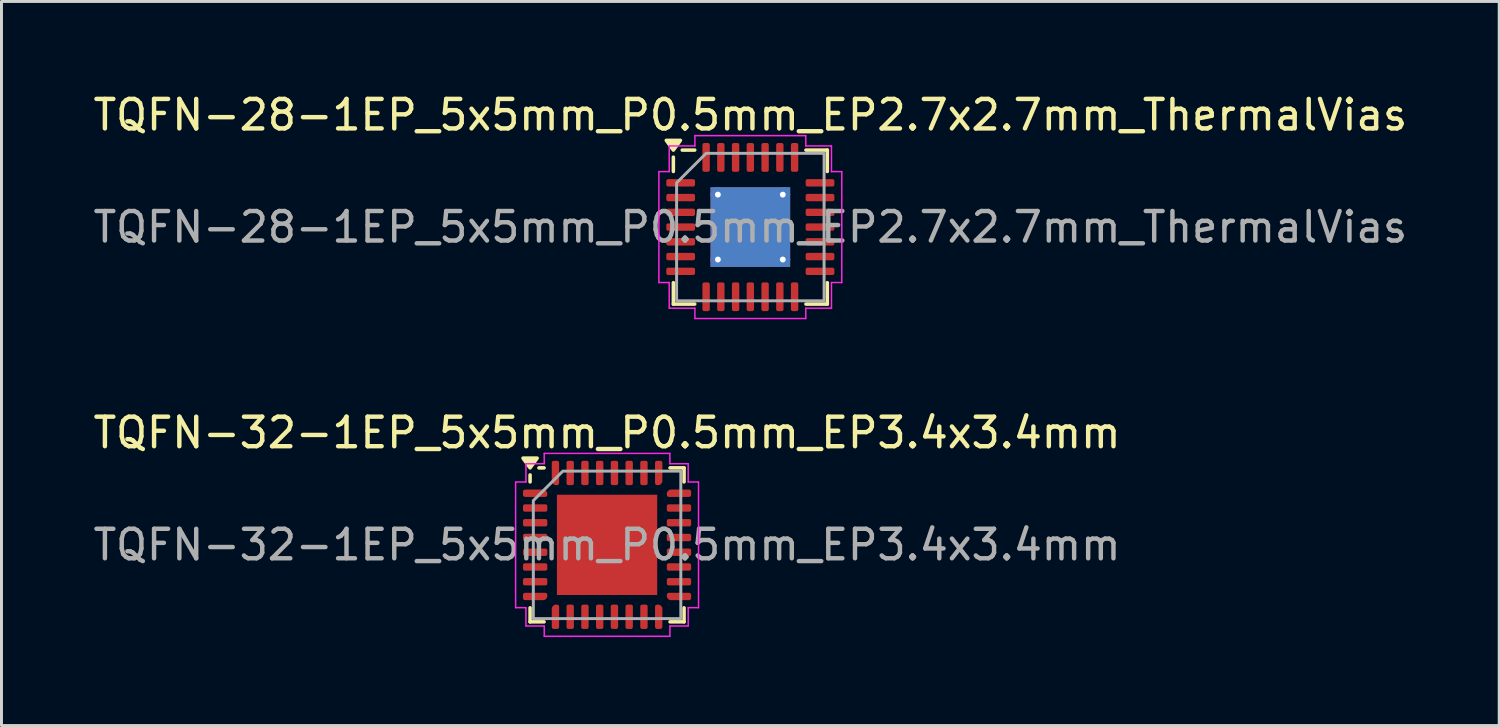
<source format=kicad_pcb>
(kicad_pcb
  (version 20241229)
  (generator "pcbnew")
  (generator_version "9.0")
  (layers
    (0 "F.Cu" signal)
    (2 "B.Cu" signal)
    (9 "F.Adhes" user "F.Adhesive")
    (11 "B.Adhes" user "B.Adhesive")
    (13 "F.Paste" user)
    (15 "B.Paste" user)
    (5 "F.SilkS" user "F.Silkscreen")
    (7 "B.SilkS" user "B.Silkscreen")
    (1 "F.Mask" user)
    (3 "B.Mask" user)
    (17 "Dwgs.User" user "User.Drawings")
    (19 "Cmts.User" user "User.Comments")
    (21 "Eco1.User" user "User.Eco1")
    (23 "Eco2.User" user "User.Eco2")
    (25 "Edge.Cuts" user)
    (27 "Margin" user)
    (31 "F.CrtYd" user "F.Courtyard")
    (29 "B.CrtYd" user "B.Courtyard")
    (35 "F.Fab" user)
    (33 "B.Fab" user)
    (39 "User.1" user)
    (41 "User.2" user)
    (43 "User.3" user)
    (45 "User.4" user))
  (footprint "TQFN-32-1EP_5x5mm_P0.5mm_EP3.4x3.4mm"
    (layer "F.Cu")
    (at 17.53 15.421)
    (property "Reference" "TQFN-32-1EP_5x5mm_P0.5mm_EP3.4x3.4mm" (at 0 -3.8 0) (layer "F.SilkS") (effects (font (size 1 1) (thickness 0.15))))
    (attr smd)
    (fp_line (start -2.61 -2.135) (end -2.61 -2.37) (stroke (width 0.12) (type solid)) (layer "F.SilkS"))
    (fp_line (start -2.61 2.61) (end -2.61 2.135) (stroke (width 0.12) (type solid)) (layer "F.SilkS"))
    (fp_line (start -2.135 -2.61) (end -2.31 -2.61) (stroke (width 0.12) (type solid)) (layer "F.SilkS"))
    (fp_line (start -2.135 2.61) (end -2.61 2.61) (stroke (width 0.12) (type solid)) (layer "F.SilkS"))
    (fp_line (start 2.135 -2.61) (end 2.61 -2.61) (stroke (width 0.12) (type solid)) (layer "F.SilkS"))
    (fp_line (start 2.135 2.61) (end 2.61 2.61) (stroke (width 0.12) (type solid)) (layer "F.SilkS"))
    (fp_line (start 2.61 -2.61) (end 2.61 -2.135) (stroke (width 0.12) (type solid)) (layer "F.SilkS"))
    (fp_line (start 2.61 2.61) (end 2.61 2.135) (stroke (width 0.12) (type solid)) (layer "F.SilkS"))
    (fp_poly (pts (xy -2.61 -2.61) (xy -2.85 -2.94) (xy -2.37 -2.94)) (stroke (width 0.12) (type solid)) (fill yes) (layer "F.SilkS"))
    (fp_line (start -3.1 -2.13) (end -2.75 -2.13) (stroke (width 0.05) (type solid)) (layer "F.CrtYd"))
    (fp_line (start -3.1 2.13) (end -3.1 -2.13) (stroke (width 0.05) (type solid)) (layer "F.CrtYd"))
    (fp_line (start -2.75 -2.75) (end -2.13 -2.75) (stroke (width 0.05) (type solid)) (layer "F.CrtYd"))
    (fp_line (start -2.75 -2.13) (end -2.75 -2.75) (stroke (width 0.05) (type solid)) (layer "F.CrtYd"))
    (fp_line (start -2.75 2.13) (end -3.1 2.13) (stroke (width 0.05) (type solid)) (layer "F.CrtYd"))
    (fp_line (start -2.75 2.75) (end -2.75 2.13) (stroke (width 0.05) (type solid)) (layer "F.CrtYd"))
    (fp_line (start -2.13 -3.1) (end 2.13 -3.1) (stroke (width 0.05) (type solid)) (layer "F.CrtYd"))
    (fp_line (start -2.13 -2.75) (end -2.13 -3.1) (stroke (width 0.05) (type solid)) (layer "F.CrtYd"))
    (fp_line (start -2.13 2.75) (end -2.75 2.75) (stroke (width 0.05) (type solid)) (layer "F.CrtYd"))
    (fp_line (start -2.13 3.1) (end -2.13 2.75) (stroke (width 0.05) (type solid)) (layer "F.CrtYd"))
    (fp_line (start 2.13 -3.1) (end 2.13 -2.75) (stroke (width 0.05) (type solid)) (layer "F.CrtYd"))
    (fp_line (start 2.13 -2.75) (end 2.75 -2.75) (stroke (width 0.05) (type solid)) (layer "F.CrtYd"))
    (fp_line (start 2.13 2.75) (end 2.13 3.1) (stroke (width 0.05) (type solid)) (layer "F.CrtYd"))
    (fp_line (start 2.13 3.1) (end -2.13 3.1) (stroke (width 0.05) (type solid)) (layer "F.CrtYd"))
    (fp_line (start 2.75 -2.75) (end 2.75 -2.13) (stroke (width 0.05) (type solid)) (layer "F.CrtYd"))
    (fp_line (start 2.75 -2.13) (end 3.1 -2.13) (stroke (width 0.05) (type solid)) (layer "F.CrtYd"))
    (fp_line (start 2.75 2.13) (end 2.75 2.75) (stroke (width 0.05) (type solid)) (layer "F.CrtYd"))
    (fp_line (start 2.75 2.75) (end 2.13 2.75) (stroke (width 0.05) (type solid)) (layer "F.CrtYd"))
    (fp_line (start 3.1 -2.13) (end 3.1 2.13) (stroke (width 0.05) (type solid)) (layer "F.CrtYd"))
    (fp_line (start 3.1 2.13) (end 2.75 2.13) (stroke (width 0.05) (type solid)) (layer "F.CrtYd"))
    (fp_poly (pts (xy -2.5 -1.5) (xy -2.5 2.5) (xy 2.5 2.5) (xy 2.5 -2.5) (xy -1.5 -2.5)) (stroke (width 0.1) (type solid)) (fill no) (layer "F.Fab"))
    (fp_text user "${REFERENCE}" (at 0 0 0) (layer "F.Fab") (effects (font (size 1 1) (thickness 0.15))))
    (pad "" smd roundrect (at -0.85 -0.85) (size 1.37 1.37) (layers "F.Paste") (roundrect_rratio 0.182))
    (pad "" smd roundrect (at -0.85 0.85) (size 1.37 1.37) (layers "F.Paste") (roundrect_rratio 0.182))
    (pad "" smd roundrect (at 0.85 -0.85) (size 1.37 1.37) (layers "F.Paste") (roundrect_rratio 0.182))
    (pad "" smd roundrect (at 0.85 0.85) (size 1.37 1.37) (layers "F.Paste") (roundrect_rratio 0.182))
    (pad "1" smd custom (at -2.438 -1.75) (size 0.186 0.186) (layers "F.Cu" "F.Mask" "F.Paste") (options (anchor circle)) (primitives (gr_poly (pts (xy -0.35 -0.062) (xy 0.297 -0.062) (xy 0.35 -0.009) (xy 0.35 0.062) (xy -0.35 0.062)) (width 0.125) (fill yes))))
    (pad "2" smd roundrect (at -2.438 -1.25) (size 0.825 0.25) (layers "F.Cu" "F.Mask" "F.Paste") (roundrect_rratio 0.25))
    (pad "3" smd roundrect (at -2.438 -0.75) (size 0.825 0.25) (layers "F.Cu" "F.Mask" "F.Paste") (roundrect_rratio 0.25))
    (pad "4" smd roundrect (at -2.438 -0.25) (size 0.825 0.25) (layers "F.Cu" "F.Mask" "F.Paste") (roundrect_rratio 0.25))
    (pad "5" smd roundrect (at -2.438 0.25) (size 0.825 0.25) (layers "F.Cu" "F.Mask" "F.Paste") (roundrect_rratio 0.25))
    (pad "6" smd roundrect (at -2.438 0.75) (size 0.825 0.25) (layers "F.Cu" "F.Mask" "F.Paste") (roundrect_rratio 0.25))
    (pad "7" smd roundrect (at -2.438 1.25) (size 0.825 0.25) (layers "F.Cu" "F.Mask" "F.Paste") (roundrect_rratio 0.25))
    (pad "8" smd custom (at -2.438 1.75) (size 0.186 0.186) (layers "F.Cu" "F.Mask" "F.Paste") (options (anchor circle)) (primitives (gr_poly (pts (xy -0.35 -0.062) (xy 0.35 -0.062) (xy 0.35 0.009) (xy 0.297 0.062) (xy -0.35 0.062)) (width 0.125) (fill yes))))
    (pad "9" smd custom (at -1.75 2.438) (size 0.186 0.186) (layers "F.Cu" "F.Mask" "F.Paste") (options (anchor circle)) (primitives (gr_poly (pts (xy -0.062 -0.297) (xy -0.009 -0.35) (xy 0.062 -0.35) (xy 0.062 0.35) (xy -0.062 0.35)) (width 0.125) (fill yes))))
    (pad "10" smd roundrect (at -1.25 2.438) (size 0.25 0.825) (layers "F.Cu" "F.Mask" "F.Paste") (roundrect_rratio 0.25))
    (pad "11" smd roundrect (at -0.75 2.438) (size 0.25 0.825) (layers "F.Cu" "F.Mask" "F.Paste") (roundrect_rratio 0.25))
    (pad "12" smd roundrect (at -0.25 2.438) (size 0.25 0.825) (layers "F.Cu" "F.Mask" "F.Paste") (roundrect_rratio 0.25))
    (pad "13" smd roundrect (at 0.25 2.438) (size 0.25 0.825) (layers "F.Cu" "F.Mask" "F.Paste") (roundrect_rratio 0.25))
    (pad "14" smd roundrect (at 0.75 2.438) (size 0.25 0.825) (layers "F.Cu" "F.Mask" "F.Paste") (roundrect_rratio 0.25))
    (pad "15" smd roundrect (at 1.25 2.438) (size 0.25 0.825) (layers "F.Cu" "F.Mask" "F.Paste") (roundrect_rratio 0.25))
    (pad "16" smd custom (at 1.75 2.438) (size 0.186 0.186) (layers "F.Cu" "F.Mask" "F.Paste") (options (anchor circle)) (primitives (gr_poly (pts (xy -0.062 -0.35) (xy 0.009 -0.35) (xy 0.062 -0.297) (xy 0.062 0.35) (xy -0.062 0.35)) (width 0.125) (fill yes))))
    (pad "17" smd custom (at 2.438 1.75) (size 0.186 0.186) (layers "F.Cu" "F.Mask" "F.Paste") (options (anchor circle)) (primitives (gr_poly (pts (xy -0.35 -0.062) (xy 0.35 -0.062) (xy 0.35 0.062) (xy -0.297 0.062) (xy -0.35 0.009)) (width 0.125) (fill yes))))
    (pad "18" smd roundrect (at 2.438 1.25) (size 0.825 0.25) (layers "F.Cu" "F.Mask" "F.Paste") (roundrect_rratio 0.25))
    (pad "19" smd roundrect (at 2.438 0.75) (size 0.825 0.25) (layers "F.Cu" "F.Mask" "F.Paste") (roundrect_rratio 0.25))
    (pad "20" smd roundrect (at 2.438 0.25) (size 0.825 0.25) (layers "F.Cu" "F.Mask" "F.Paste") (roundrect_rratio 0.25))
    (pad "21" smd roundrect (at 2.438 -0.25) (size 0.825 0.25) (layers "F.Cu" "F.Mask" "F.Paste") (roundrect_rratio 0.25))
    (pad "22" smd roundrect (at 2.438 -0.75) (size 0.825 0.25) (layers "F.Cu" "F.Mask" "F.Paste") (roundrect_rratio 0.25))
    (pad "23" smd roundrect (at 2.438 -1.25) (size 0.825 0.25) (layers "F.Cu" "F.Mask" "F.Paste") (roundrect_rratio 0.25))
    (pad "24" smd custom (at 2.438 -1.75) (size 0.186 0.186) (layers "F.Cu" "F.Mask" "F.Paste") (options (anchor circle)) (primitives (gr_poly (pts (xy -0.35 -0.009) (xy -0.297 -0.062) (xy 0.35 -0.062) (xy 0.35 0.062) (xy -0.35 0.062)) (width 0.125) (fill yes))))
    (pad "25" smd custom (at 1.75 -2.438) (size 0.186 0.186) (layers "F.Cu" "F.Mask" "F.Paste") (options (anchor circle)) (primitives (gr_poly (pts (xy -0.062 -0.35) (xy 0.062 -0.35) (xy 0.062 0.297) (xy 0.009 0.35) (xy -0.062 0.35)) (width 0.125) (fill yes))))
    (pad "26" smd roundrect (at 1.25 -2.438) (size 0.25 0.825) (layers "F.Cu" "F.Mask" "F.Paste") (roundrect_rratio 0.25))
    (pad "27" smd roundrect (at 0.75 -2.438) (size 0.25 0.825) (layers "F.Cu" "F.Mask" "F.Paste") (roundrect_rratio 0.25))
    (pad "28" smd roundrect (at 0.25 -2.438) (size 0.25 0.825) (layers "F.Cu" "F.Mask" "F.Paste") (roundrect_rratio 0.25))
    (pad "29" smd roundrect (at -0.25 -2.438) (size 0.25 0.825) (layers "F.Cu" "F.Mask" "F.Paste") (roundrect_rratio 0.25))
    (pad "30" smd roundrect (at -0.75 -2.438) (size 0.25 0.825) (layers "F.Cu" "F.Mask" "F.Paste") (roundrect_rratio 0.25))
    (pad "31" smd roundrect (at -1.25 -2.438) (size 0.25 0.825) (layers "F.Cu" "F.Mask" "F.Paste") (roundrect_rratio 0.25))
    (pad "32" smd custom (at -1.75 -2.438) (size 0.186 0.186) (layers "F.Cu" "F.Mask" "F.Paste") (options (anchor circle)) (primitives (gr_poly (pts (xy -0.062 -0.35) (xy 0.062 -0.35) (xy 0.062 0.35) (xy -0.009 0.35) (xy -0.062 0.297)) (width 0.125) (fill yes))))
    (pad "33" smd rect (at 0 0) (size 3.4 3.4) (property pad_prop_heatsink) (layers "F.Cu" "F.Mask")))
  (footprint "TQFN-28-1EP_5x5mm_P0.5mm_EP2.7x2.7mm_ThermalVias"
    (layer "F.Cu")
    (at 22.387 4.648)
    (property "Reference" "TQFN-28-1EP_5x5mm_P0.5mm_EP2.7x2.7mm_ThermalVias" (at 0 -3.8 0) (layer "F.SilkS") (effects (font (size 1 1) (thickness 0.15))))
    (attr smd)
    (fp_line (start -2.61 -1.885) (end -2.61 -2.37) (stroke (width 0.12) (type solid)) (layer "F.SilkS"))
    (fp_line (start -2.61 2.61) (end -2.61 1.885) (stroke (width 0.12) (type solid)) (layer "F.SilkS"))
    (fp_line (start -1.885 -2.61) (end -2.31 -2.61) (stroke (width 0.12) (type solid)) (layer "F.SilkS"))
    (fp_line (start -1.885 2.61) (end -2.61 2.61) (stroke (width 0.12) (type solid)) (layer "F.SilkS"))
    (fp_line (start 1.885 -2.61) (end 2.61 -2.61) (stroke (width 0.12) (type solid)) (layer "F.SilkS"))
    (fp_line (start 1.885 2.61) (end 2.61 2.61) (stroke (width 0.12) (type solid)) (layer "F.SilkS"))
    (fp_line (start 2.61 -2.61) (end 2.61 -1.885) (stroke (width 0.12) (type solid)) (layer "F.SilkS"))
    (fp_line (start 2.61 2.61) (end 2.61 1.885) (stroke (width 0.12) (type solid)) (layer "F.SilkS"))
    (fp_poly (pts (xy -2.61 -2.61) (xy -2.85 -2.94) (xy -2.37 -2.94)) (stroke (width 0.12) (type solid)) (fill yes) (layer "F.SilkS"))
    (fp_line (start -3.1 -1.88) (end -2.75 -1.88) (stroke (width 0.05) (type solid)) (layer "F.CrtYd"))
    (fp_line (start -3.1 1.88) (end -3.1 -1.88) (stroke (width 0.05) (type solid)) (layer "F.CrtYd"))
    (fp_line (start -2.75 -2.75) (end -1.88 -2.75) (stroke (width 0.05) (type solid)) (layer "F.CrtYd"))
    (fp_line (start -2.75 -1.88) (end -2.75 -2.75) (stroke (width 0.05) (type solid)) (layer "F.CrtYd"))
    (fp_line (start -2.75 1.88) (end -3.1 1.88) (stroke (width 0.05) (type solid)) (layer "F.CrtYd"))
    (fp_line (start -2.75 2.75) (end -2.75 1.88) (stroke (width 0.05) (type solid)) (layer "F.CrtYd"))
    (fp_line (start -1.88 -3.1) (end 1.88 -3.1) (stroke (width 0.05) (type solid)) (layer "F.CrtYd"))
    (fp_line (start -1.88 -2.75) (end -1.88 -3.1) (stroke (width 0.05) (type solid)) (layer "F.CrtYd"))
    (fp_line (start -1.88 2.75) (end -2.75 2.75) (stroke (width 0.05) (type solid)) (layer "F.CrtYd"))
    (fp_line (start -1.88 3.1) (end -1.88 2.75) (stroke (width 0.05) (type solid)) (layer "F.CrtYd"))
    (fp_line (start 1.88 -3.1) (end 1.88 -2.75) (stroke (width 0.05) (type solid)) (layer "F.CrtYd"))
    (fp_line (start 1.88 -2.75) (end 2.75 -2.75) (stroke (width 0.05) (type solid)) (layer "F.CrtYd"))
    (fp_line (start 1.88 2.75) (end 1.88 3.1) (stroke (width 0.05) (type solid)) (layer "F.CrtYd"))
    (fp_line (start 1.88 3.1) (end -1.88 3.1) (stroke (width 0.05) (type solid)) (layer "F.CrtYd"))
    (fp_line (start 2.75 -2.75) (end 2.75 -1.88) (stroke (width 0.05) (type solid)) (layer "F.CrtYd"))
    (fp_line (start 2.75 -1.88) (end 3.1 -1.88) (stroke (width 0.05) (type solid)) (layer "F.CrtYd"))
    (fp_line (start 2.75 1.88) (end 2.75 2.75) (stroke (width 0.05) (type solid)) (layer "F.CrtYd"))
    (fp_line (start 2.75 2.75) (end 1.88 2.75) (stroke (width 0.05) (type solid)) (layer "F.CrtYd"))
    (fp_line (start 3.1 -1.88) (end 3.1 1.88) (stroke (width 0.05) (type solid)) (layer "F.CrtYd"))
    (fp_line (start 3.1 1.88) (end 2.75 1.88) (stroke (width 0.05) (type solid)) (layer "F.CrtYd"))
    (fp_poly (pts (xy -2.5 -1.5) (xy -2.5 2.5) (xy 2.5 2.5) (xy 2.5 -2.5) (xy -1.5 -2.5)) (stroke (width 0.1) (type solid)) (fill no) (layer "F.Fab"))
    (fp_text user "${REFERENCE}" (at 0 0 0) (layer "F.Fab") (effects (font (size 1 1) (thickness 0.15))))
    (pad "" smd roundrect (at -0.675 -0.675) (size 1.17 1.17) (layers "F.Paste") (roundrect_rratio 0.214))
    (pad "" smd roundrect (at -0.675 0.675) (size 1.17 1.17) (layers "F.Paste") (roundrect_rratio 0.214))
    (pad "" smd roundrect (at 0.675 -0.675) (size 1.17 1.17) (layers "F.Paste") (roundrect_rratio 0.214))
    (pad "" smd roundrect (at 0.675 0.675) (size 1.17 1.17) (layers "F.Paste") (roundrect_rratio 0.214))
    (pad "1" smd roundrect (at -2.362 -1.5) (size 0.975 0.25) (layers "F.Cu" "F.Mask" "F.Paste") (roundrect_rratio 0.25))
    (pad "2" smd roundrect (at -2.362 -1) (size 0.975 0.25) (layers "F.Cu" "F.Mask" "F.Paste") (roundrect_rratio 0.25))
    (pad "3" smd roundrect (at -2.362 -0.5) (size 0.975 0.25) (layers "F.Cu" "F.Mask" "F.Paste") (roundrect_rratio 0.25))
    (pad "4" smd roundrect (at -2.362 0) (size 0.975 0.25) (layers "F.Cu" "F.Mask" "F.Paste") (roundrect_rratio 0.25))
    (pad "5" smd roundrect (at -2.362 0.5) (size 0.975 0.25) (layers "F.Cu" "F.Mask" "F.Paste") (roundrect_rratio 0.25))
    (pad "6" smd roundrect (at -2.362 1) (size 0.975 0.25) (layers "F.Cu" "F.Mask" "F.Paste") (roundrect_rratio 0.25))
    (pad "7" smd roundrect (at -2.362 1.5) (size 0.975 0.25) (layers "F.Cu" "F.Mask" "F.Paste") (roundrect_rratio 0.25))
    (pad "8" smd roundrect (at -1.5 2.362) (size 0.25 0.975) (layers "F.Cu" "F.Mask" "F.Paste") (roundrect_rratio 0.25))
    (pad "9" smd roundrect (at -1 2.362) (size 0.25 0.975) (layers "F.Cu" "F.Mask" "F.Paste") (roundrect_rratio 0.25))
    (pad "10" smd roundrect (at -0.5 2.362) (size 0.25 0.975) (layers "F.Cu" "F.Mask" "F.Paste") (roundrect_rratio 0.25))
    (pad "11" smd roundrect (at 0 2.362) (size 0.25 0.975) (layers "F.Cu" "F.Mask" "F.Paste") (roundrect_rratio 0.25))
    (pad "12" smd roundrect (at 0.5 2.362) (size 0.25 0.975) (layers "F.Cu" "F.Mask" "F.Paste") (roundrect_rratio 0.25))
    (pad "13" smd roundrect (at 1 2.362) (size 0.25 0.975) (layers "F.Cu" "F.Mask" "F.Paste") (roundrect_rratio 0.25))
    (pad "14" smd roundrect (at 1.5 2.362) (size 0.25 0.975) (layers "F.Cu" "F.Mask" "F.Paste") (roundrect_rratio 0.25))
    (pad "15" smd roundrect (at 2.362 1.5) (size 0.975 0.25) (layers "F.Cu" "F.Mask" "F.Paste") (roundrect_rratio 0.25))
    (pad "16" smd roundrect (at 2.362 1) (size 0.975 0.25) (layers "F.Cu" "F.Mask" "F.Paste") (roundrect_rratio 0.25))
    (pad "17" smd roundrect (at 2.362 0.5) (size 0.975 0.25) (layers "F.Cu" "F.Mask" "F.Paste") (roundrect_rratio 0.25))
    (pad "18" smd roundrect (at 2.362 0) (size 0.975 0.25) (layers "F.Cu" "F.Mask" "F.Paste") (roundrect_rratio 0.25))
    (pad "19" smd roundrect (at 2.362 -0.5) (size 0.975 0.25) (layers "F.Cu" "F.Mask" "F.Paste") (roundrect_rratio 0.25))
    (pad "20" smd roundrect (at 2.362 -1) (size 0.975 0.25) (layers "F.Cu" "F.Mask" "F.Paste") (roundrect_rratio 0.25))
    (pad "21" smd roundrect (at 2.362 -1.5) (size 0.975 0.25) (layers "F.Cu" "F.Mask" "F.Paste") (roundrect_rratio 0.25))
    (pad "22" smd roundrect (at 1.5 -2.362) (size 0.25 0.975) (layers "F.Cu" "F.Mask" "F.Paste") (roundrect_rratio 0.25))
    (pad "23" smd roundrect (at 1 -2.362) (size 0.25 0.975) (layers "F.Cu" "F.Mask" "F.Paste") (roundrect_rratio 0.25))
    (pad "24" smd roundrect (at 0.5 -2.362) (size 0.25 0.975) (layers "F.Cu" "F.Mask" "F.Paste") (roundrect_rratio 0.25))
    (pad "25" smd roundrect (at 0 -2.362) (size 0.25 0.975) (layers "F.Cu" "F.Mask" "F.Paste") (roundrect_rratio 0.25))
    (pad "26" smd roundrect (at -0.5 -2.362) (size 0.25 0.975) (layers "F.Cu" "F.Mask" "F.Paste") (roundrect_rratio 0.25))
    (pad "27" smd roundrect (at -1 -2.362) (size 0.25 0.975) (layers "F.Cu" "F.Mask" "F.Paste") (roundrect_rratio 0.25))
    (pad "28" smd roundrect (at -1.5 -2.362) (size 0.25 0.975) (layers "F.Cu" "F.Mask" "F.Paste") (roundrect_rratio 0.25))
    (pad "29" thru_hole circle (at -1.1 -1.1) (size 0.5 0.5) (drill 0.2) (property pad_prop_heatsink) (layers "*.Cu"))
    (pad "29" thru_hole circle (at -1.1 1.1) (size 0.5 0.5) (drill 0.2) (property pad_prop_heatsink) (layers "*.Cu"))
    (pad "29" smd rect (at 0 0) (size 2.7 2.7) (property pad_prop_heatsink) (layers "F.Cu" "F.Mask"))
    (pad "29" smd rect (at 0 0) (size 2.7 2.7) (property pad_prop_heatsink) (layers "B.Cu"))
    (pad "29" thru_hole circle (at 1.1 -1.1) (size 0.5 0.5) (drill 0.2) (property pad_prop_heatsink) (layers "*.Cu"))
    (pad "29" thru_hole circle (at 1.1 1.1) (size 0.5 0.5) (drill 0.2) (property pad_prop_heatsink) (layers "*.Cu")))
  (gr_rect
    (start -3 -3)
    (end 47.774 21.547)
    (stroke (width 0.1) (type default))
    (fill no)
    (layer "Edge.Cuts")))
</source>
